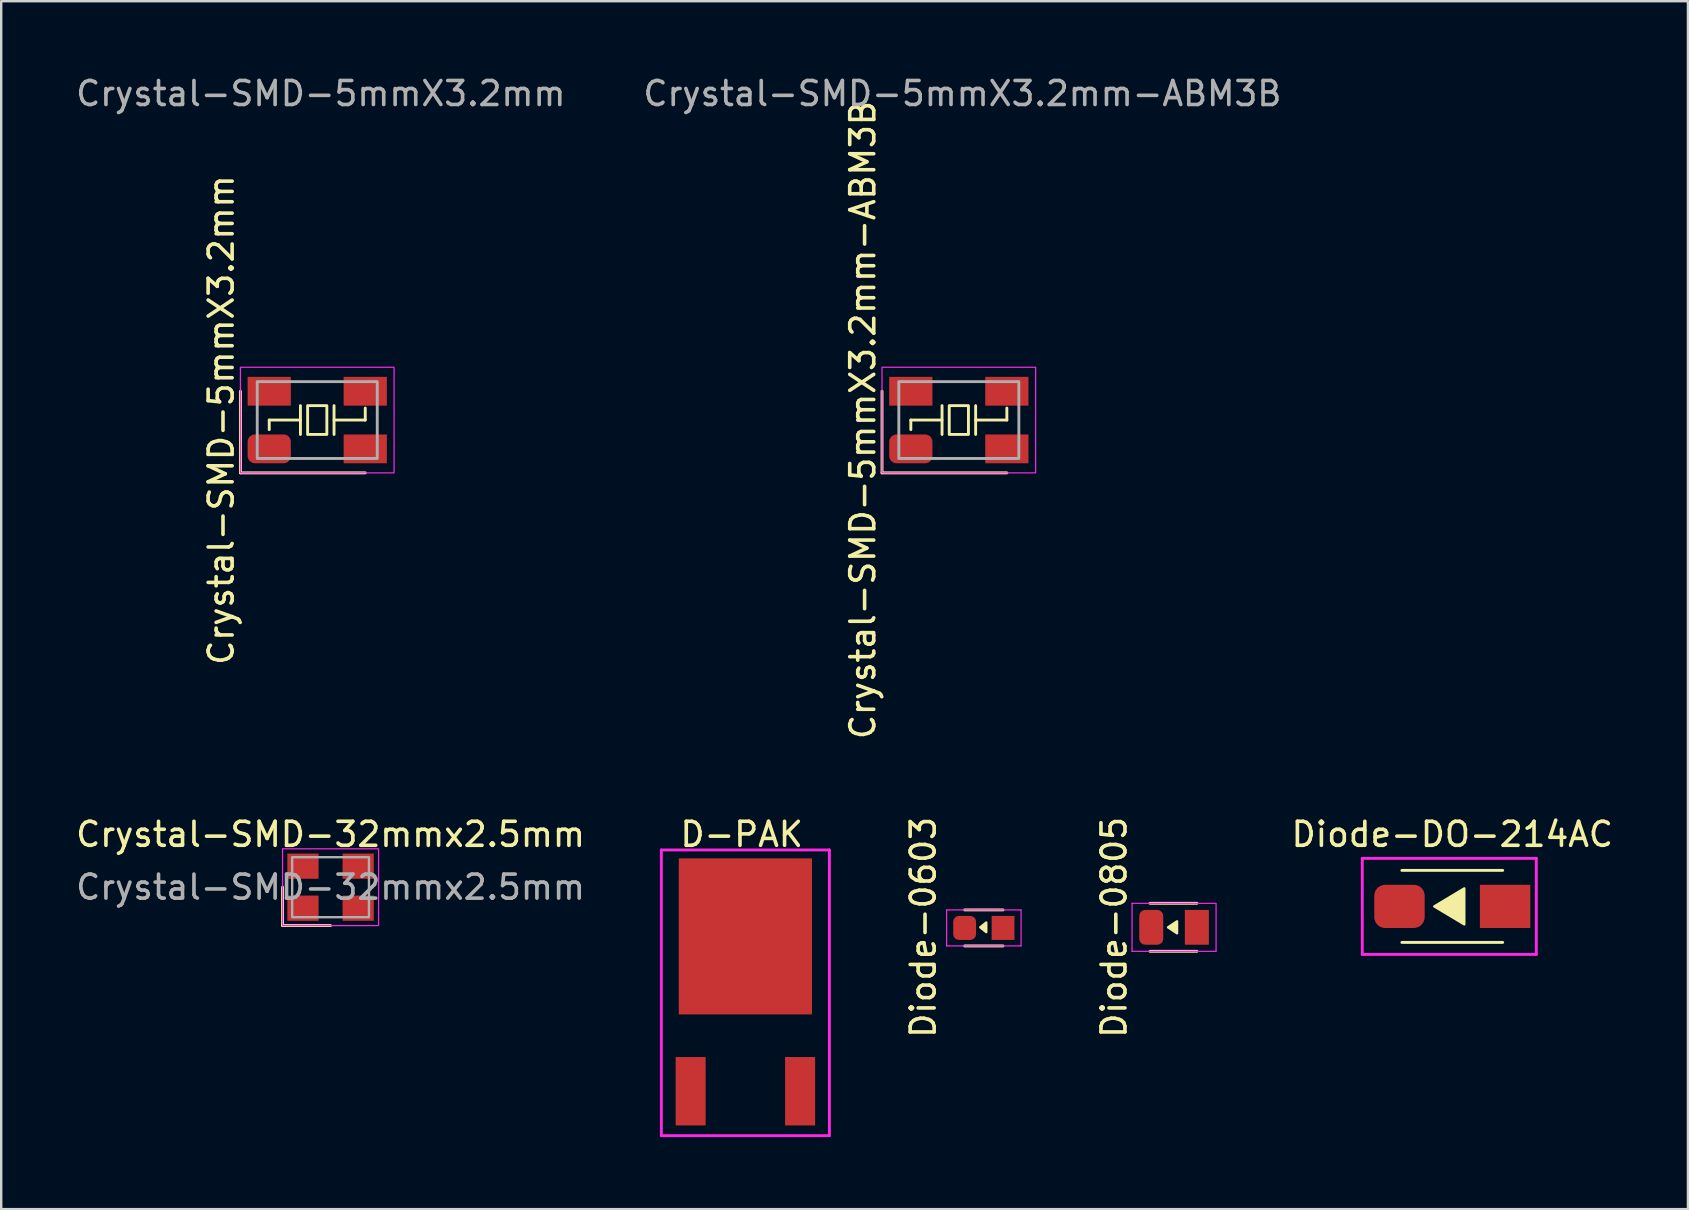
<source format=kicad_pcb>
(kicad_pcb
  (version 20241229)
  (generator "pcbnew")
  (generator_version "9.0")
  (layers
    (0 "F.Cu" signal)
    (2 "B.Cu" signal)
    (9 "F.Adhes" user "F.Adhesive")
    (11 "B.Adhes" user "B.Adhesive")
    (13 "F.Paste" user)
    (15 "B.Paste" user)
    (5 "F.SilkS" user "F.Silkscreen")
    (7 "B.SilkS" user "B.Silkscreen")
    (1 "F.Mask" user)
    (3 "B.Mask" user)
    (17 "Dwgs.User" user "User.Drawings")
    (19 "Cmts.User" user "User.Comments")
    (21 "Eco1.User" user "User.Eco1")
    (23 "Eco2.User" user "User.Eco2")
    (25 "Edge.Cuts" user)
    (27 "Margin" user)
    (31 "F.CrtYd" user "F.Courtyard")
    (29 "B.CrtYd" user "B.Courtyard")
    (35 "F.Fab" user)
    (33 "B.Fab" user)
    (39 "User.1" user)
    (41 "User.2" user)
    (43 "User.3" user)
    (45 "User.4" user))
  (footprint "Diode-0805"
    (layer "F.Cu")
    (at 45.857 35.579)
    (property "Reference" "Diode-0805" (at -2.5 0 90) (layer "F.SilkS") (effects (font (size 1 1) (thickness 0.15))))
    (attr smd)
    (fp_line (start 0.95 -1) (end -1 -1) (stroke (width 0.12) (type solid)) (layer "F.SilkS"))
    (fp_line (start 0.95 1) (end -1 1) (stroke (width 0.12) (type solid)) (layer "F.SilkS"))
    (fp_poly (pts (xy 0.125 0.25) (xy -0.25 0) (xy 0.125 -0.25)) (stroke (width 0.1) (type solid)) (fill yes) (layer "F.SilkS"))
    (fp_line (start -1.75 -1) (end 1.725 -1) (stroke (width 0.05) (type solid)) (layer "F.CrtYd"))
    (fp_line (start -1.75 1) (end -1.75 -1) (stroke (width 0.05) (type solid)) (layer "F.CrtYd"))
    (fp_line (start 1.75 -1) (end 1.75 1) (stroke (width 0.05) (type solid)) (layer "F.CrtYd"))
    (fp_line (start 1.75 1) (end -1.75 1) (stroke (width 0.05) (type solid)) (layer "F.CrtYd"))
    (pad "A" smd rect (at 0.95 0) (size 1 1.45) (layers "F.Cu" "F.Mask" "F.Paste"))
    (pad "C" smd roundrect (at -0.95 0) (size 1 1.45) (layers "F.Cu" "F.Mask" "F.Paste") (roundrect_rratio 0.25)))
  (footprint "Crystal-SMD-5mmX3.2mm"
    (layer "F.Cu")
    (at 10.165 14.448)
    (property "Reference" "Crystal-SMD-5mmX3.2mm" (at -4 0 90) (unlocked yes) (layer "F.SilkS") (effects (font (size 1 1) (thickness 0.15))))
    (attr smd)
    (fp_line (start -3.2 -1.2) (end -3.2 2.2) (stroke (width 0.12) (type solid)) (layer "F.SilkS"))
    (fp_line (start -3.2 2.2) (end 2 2.2) (stroke (width 0.12) (type solid)) (layer "F.SilkS"))
    (fp_line (start -2 0) (end -2 0.4) (stroke (width 0.12) (type solid)) (layer "F.SilkS"))
    (fp_line (start -0.7 -0.6) (end -0.7 0.6) (stroke (width 0.12) (type solid)) (layer "F.SilkS"))
    (fp_line (start -0.7 0) (end -2 0) (stroke (width 0.12) (type solid)) (layer "F.SilkS"))
    (fp_line (start 0.7 -0.6) (end 0.7 0.6) (stroke (width 0.12) (type solid)) (layer "F.SilkS"))
    (fp_line (start 2 -0.5) (end 2 0) (stroke (width 0.12) (type solid)) (layer "F.SilkS"))
    (fp_line (start 2 0) (end 0.7 0) (stroke (width 0.12) (type solid)) (layer "F.SilkS"))
    (fp_rect (start -0.4 -0.6) (end 0.4 0.6) (stroke (width 0.12) (type solid)) (fill no) (layer "F.SilkS"))
    (fp_rect (start -3.2 2.2) (end 3.2 -2.2) (stroke (width 0.05) (type solid)) (fill no) (layer "F.CrtYd"))
    (fp_rect (start -2.5 -1.6) (end 2.5 1.6) (stroke (width 0.12) (type solid)) (fill no) (layer "F.Fab"))
    (fp_text user "${REFERENCE}" (at 0.15 -13.6 0) (unlocked yes) (layer "F.Fab") (effects (font (size 1 1) (thickness 0.15))))
    (pad "1" smd roundrect (at -2 1.2) (size 1.8 1.2) (layers "F.Cu" "F.Mask" "F.Paste") (roundrect_rratio 0.25))
    (pad "2" smd rect (at 2 1.2) (size 1.8 1.2) (layers "F.Cu" "F.Mask" "F.Paste"))
    (pad "3" smd rect (at 2 -1.2) (size 1.8 1.2) (layers "F.Cu" "F.Mask" "F.Paste"))
    (pad "4" smd rect (at -2 -1.2) (size 1.8 1.2) (layers "F.Cu" "F.Mask" "F.Paste")))
  (footprint "Diode-DO-214AC"
    (layer "F.Cu")
    (at 57.447 34.707)
    (property "Reference" "Diode-DO-214AC" (at 0 -3 0) (layer "F.SilkS") (effects (font (size 1 1) (thickness 0.15))))
    (attr smd)
    (fp_line (start -2.1 -1.5) (end 2.1 -1.5) (stroke (width 0.12) (type solid)) (layer "F.SilkS"))
    (fp_line (start -2.1 1.5) (end 2.1 1.5) (stroke (width 0.12) (type solid)) (layer "F.SilkS"))
    (fp_poly (pts (xy 0.5 0.75) (xy -0.75 0) (xy 0.5 -0.75)) (stroke (width 0.1) (type solid)) (fill yes) (layer "F.SilkS"))
    (fp_line (start -3.75 -2) (end -3.75 2) (stroke (width 0.12) (type solid)) (layer "F.CrtYd"))
    (fp_line (start -3.75 2) (end 3.5 2) (stroke (width 0.12) (type solid)) (layer "F.CrtYd"))
    (fp_line (start 3.5 -2) (end -3.75 -2) (stroke (width 0.12) (type solid)) (layer "F.CrtYd"))
    (fp_line (start 3.5 2) (end 3.5 -2) (stroke (width 0.12) (type solid)) (layer "F.CrtYd"))
    (pad "A" smd rect (at 2.2 0) (size 2.1 1.8) (layers "F.Cu" "F.Mask" "F.Paste"))
    (pad "C" smd roundrect (at -2.2 0) (size 2.1 1.8) (layers "F.Cu" "F.Mask" "F.Paste") (roundrect_rratio 0.25)))
  (footprint "Crystal-SMD-32mmx2.5mm"
    (layer "F.Cu")
    (at 10.72 33.907)
    (property "Reference" "Crystal-SMD-32mmx2.5mm" (at 0 -2.2 0) (unlocked yes) (layer "F.SilkS") (effects (font (size 1 1) (thickness 0.15))))
    (attr smd)
    (fp_line (start -2 0) (end -2 1.6) (stroke (width 0.12) (type solid)) (layer "F.SilkS"))
    (fp_line (start -2 1.6) (end 0 1.6) (stroke (width 0.12) (type solid)) (layer "F.SilkS"))
    (fp_rect (start -2 -1.6) (end 2 1.6) (stroke (width 0.05) (type solid)) (fill no) (layer "F.CrtYd"))
    (fp_rect (start -1.6 -1.25) (end 1.6 1.25) (stroke (width 0.1) (type solid)) (fill no) (layer "F.Fab"))
    (fp_text user "${REFERENCE}" (at 0 0 0) (unlocked yes) (layer "F.Fab") (effects (font (size 1 1) (thickness 0.15))))
    (pad "1" smd rect (at -1.15 0.875) (size 1.3 1.05) (layers "F.Cu" "F.Mask" "F.Paste"))
    (pad "2" smd rect (at 1.15 0.875) (size 1.3 1.05) (layers "F.Cu" "F.Mask" "F.Paste"))
    (pad "3" smd rect (at 1.15 -0.875) (size 1.3 1.05) (layers "F.Cu" "F.Mask" "F.Paste"))
    (pad "4" smd rect (at -1.15 -0.875) (size 1.3 1.05) (layers "F.Cu" "F.Mask" "F.Paste")))
  (footprint "Crystal-SMD-5mmX3.2mm-ABM3B"
    (layer "F.Cu")
    (at 36.892 14.448)
    (property "Reference" "Crystal-SMD-5mmX3.2mm-ABM3B" (at -4 0 90) (unlocked yes) (layer "F.SilkS") (effects (font (size 1 1) (thickness 0.15))))
    (attr smd)
    (fp_line (start -3.2 -1.2) (end -3.2 2.2) (stroke (width 0.12) (type solid)) (layer "F.SilkS"))
    (fp_line (start -3.2 2.2) (end 2 2.2) (stroke (width 0.12) (type solid)) (layer "F.SilkS"))
    (fp_line (start -2 0) (end -2 0.4) (stroke (width 0.12) (type solid)) (layer "F.SilkS"))
    (fp_line (start -0.7 -0.6) (end -0.7 0.6) (stroke (width 0.12) (type solid)) (layer "F.SilkS"))
    (fp_line (start -0.7 0) (end -2 0) (stroke (width 0.12) (type solid)) (layer "F.SilkS"))
    (fp_line (start 0.7 -0.6) (end 0.7 0.6) (stroke (width 0.12) (type solid)) (layer "F.SilkS"))
    (fp_line (start 2 -0.5) (end 2 0) (stroke (width 0.12) (type solid)) (layer "F.SilkS"))
    (fp_line (start 2 0) (end 0.7 0) (stroke (width 0.12) (type solid)) (layer "F.SilkS"))
    (fp_rect (start -0.4 -0.6) (end 0.4 0.6) (stroke (width 0.12) (type solid)) (fill no) (layer "F.SilkS"))
    (fp_rect (start -3.2 2.2) (end 3.2 -2.2) (stroke (width 0.05) (type solid)) (fill no) (layer "F.CrtYd"))
    (fp_rect (start -2.5 -1.6) (end 2.5 1.6) (stroke (width 0.12) (type solid)) (fill no) (layer "F.Fab"))
    (fp_text user "${REFERENCE}" (at 0.15 -13.6 0) (unlocked yes) (layer "F.Fab") (effects (font (size 1 1) (thickness 0.15))))
    (pad "1" smd roundrect (at -2 1.2) (size 1.8 1.2) (layers "F.Cu" "F.Mask" "F.Paste") (roundrect_rratio 0.25))
    (pad "2" smd rect (at 2 1.2) (size 1.8 1.2) (layers "F.Cu" "F.Mask" "F.Paste"))
    (pad "3" smd rect (at 2 -1.2) (size 1.8 1.2) (layers "F.Cu" "F.Mask" "F.Paste"))
    (pad "4" smd rect (at -2 -1.2) (size 1.8 1.2) (layers "F.Cu" "F.Mask" "F.Paste")))
  (footprint "Diode-0603"
    (layer "F.Cu")
    (at 37.909 35.579)
    (property "Reference" "Diode-0603" (at -2.5 0 90) (layer "F.SilkS") (effects (font (size 1 1) (thickness 0.15))))
    (attr smd)
    (fp_line (start -0.775 0.775) (end 0.825 0.775) (stroke (width 0.12) (type solid)) (layer "F.SilkS"))
    (fp_line (start 0.825 -0.725) (end -0.775 -0.725) (stroke (width 0.12) (type solid)) (layer "F.SilkS"))
    (fp_poly (pts (xy 0.125 0.2) (xy -0.125 0) (xy 0.125 -0.2)) (stroke (width 0.1) (type solid)) (fill yes) (layer "F.SilkS"))
    (fp_line (start -1.525 -0.725) (end 1.575 -0.725) (stroke (width 0.05) (type solid)) (layer "F.CrtYd"))
    (fp_line (start -1.525 0.775) (end -1.525 -0.725) (stroke (width 0.05) (type solid)) (layer "F.CrtYd"))
    (fp_line (start 1.575 -0.725) (end 1.575 0.775) (stroke (width 0.05) (type solid)) (layer "F.CrtYd"))
    (fp_line (start 1.575 0.775) (end -1.525 0.775) (stroke (width 0.05) (type solid)) (layer "F.CrtYd"))
    (pad "A" smd rect (at 0.825 0.025) (size 0.95 1) (layers "F.Cu" "F.Mask" "F.Paste"))
    (pad "C" smd roundrect (at -0.775 0.025) (size 0.95 1) (layers "F.Cu" "F.Mask" "F.Paste") (roundrect_rratio 0.25)))
  (footprint "D-PAK"
    (layer "F.Cu")
    (at 28 36.007)
    (property "Reference" "D-PAK" (at -2.8 -4.3 0) (layer "F.SilkS") (effects (font (size 1 1) (thickness 0.15)) (justify left)))
    (attr through_hole)
    (fp_line (start -3.5 -3.65) (end 3.5 -3.65) (stroke (width 0.12) (type solid)) (layer "F.CrtYd"))
    (fp_line (start -3.5 8.25) (end -3.5 -3.65) (stroke (width 0.12) (type solid)) (layer "F.CrtYd"))
    (fp_line (start 3.5 -3.65) (end 3.5 8.25) (stroke (width 0.12) (type solid)) (layer "F.CrtYd"))
    (fp_line (start 3.5 8.25) (end -3.5 8.25) (stroke (width 0.12) (type solid)) (layer "F.CrtYd"))
    (pad "1" smd rect (at -2.28 6.4) (size 1.25 2.85) (layers "F.Cu" "F.Mask" "F.Paste"))
    (pad "2" smd rect (at 2.28 6.4) (size 1.25 2.85) (layers "F.Cu" "F.Mask" "F.Paste"))
    (pad "3" smd rect (at 0 -0.05) (size 5.55 6.5) (layers "F.Cu" "F.Mask" "F.Paste")))
  (gr_rect
    (start -3 -3)
    (end 67.263 47.317)
    (stroke (width 0.1) (type default))
    (fill no)
    (layer "Edge.Cuts")))
</source>
